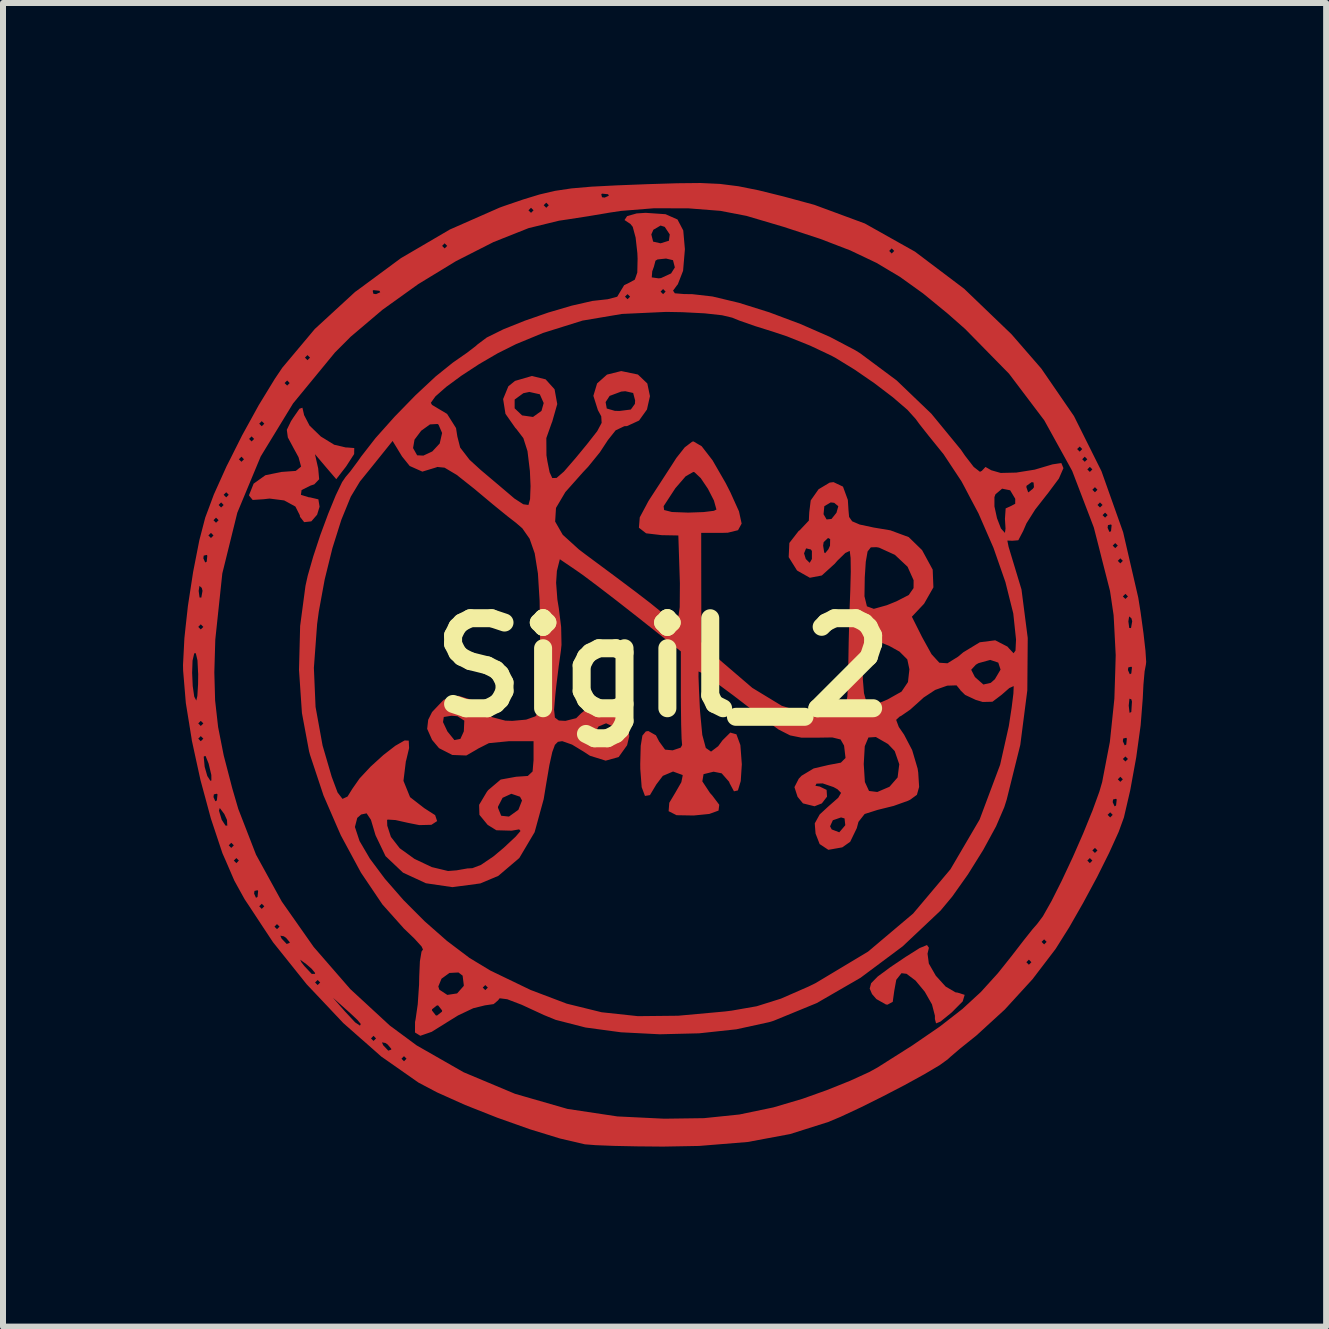
<source format=kicad_pcb>
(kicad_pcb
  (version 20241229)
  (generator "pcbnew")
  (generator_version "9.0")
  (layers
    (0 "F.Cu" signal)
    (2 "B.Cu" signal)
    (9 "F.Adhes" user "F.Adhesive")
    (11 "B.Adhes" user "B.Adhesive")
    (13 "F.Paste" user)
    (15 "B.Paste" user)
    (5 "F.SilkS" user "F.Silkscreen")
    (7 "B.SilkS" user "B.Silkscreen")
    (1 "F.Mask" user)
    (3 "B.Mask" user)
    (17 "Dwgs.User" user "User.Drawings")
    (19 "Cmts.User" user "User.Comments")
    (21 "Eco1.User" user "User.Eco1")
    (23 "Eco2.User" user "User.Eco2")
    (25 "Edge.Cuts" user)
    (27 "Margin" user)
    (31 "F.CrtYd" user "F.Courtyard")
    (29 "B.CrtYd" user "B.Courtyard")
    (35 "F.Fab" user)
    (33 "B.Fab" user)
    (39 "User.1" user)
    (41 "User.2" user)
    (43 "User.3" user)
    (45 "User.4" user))
  (footprint "Sigil_2"
    (layer "F.Cu")
    (at 8.001 8.075)
    (property "Reference" "Sigil_2" (at 0 0 0) (layer "F.SilkS") (effects (font (size 1.5 1.5) (thickness 0.3))))
    (attr board_only exclude_from_pos_files exclude_from_bom)
    (fp_poly (pts (xy 4.43 4.67) (xy 4.407 4.769) (xy 4.429 4.934) (xy 4.545 5.136) (xy 4.708 5.316) (xy 4.873 5.413) (xy 4.909 5.418) (xy 5.026 5.455) (xy 4.993 5.564) (xy 4.811 5.747) (xy 4.786 5.768) (xy 4.622 5.901) (xy 4.549 5.93) (xy 4.53 5.858) (xy 4.53 5.802) (xy 4.481 5.614) (xy 4.361 5.403) (xy 4.207 5.217) (xy 4.057 5.104) (xy 3.973 5.094) (xy 3.886 5.204) (xy 3.852 5.392) (xy 3.827 5.572) (xy 3.739 5.619) (xy 3.713 5.615) (xy 3.554 5.525) (xy 3.482 5.442) (xy 3.443 5.351) (xy 3.467 5.261) (xy 3.576 5.15) (xy 3.79 4.992) (xy 4.041 4.823) (xy 4.276 4.675) (xy 4.398 4.625)) (stroke (width 0) (type solid)) (fill yes) (layer "F.Cu"))
    (fp_poly (pts (xy -5.986 -4.222) (xy -5.985 -4.211) (xy -5.892 -4.032) (xy -5.704 -3.85) (xy -5.481 -3.713) (xy -5.285 -3.667) (xy -5.272 -3.668) (xy -5.147 -3.658) (xy -5.149 -3.558) (xy -5.279 -3.357) (xy -5.286 -3.347) (xy -5.447 -3.139) (xy -5.625 -3.347) (xy -5.802 -3.556) (xy -5.748 -3.318) (xy -5.732 -3.138) (xy -5.813 -3.053) (xy -5.874 -3.033) (xy -6.025 -2.958) (xy -6.036 -2.878) (xy -5.903 -2.837) (xy -5.884 -2.836) (xy -5.745 -2.803) (xy -5.725 -2.681) (xy -5.766 -2.547) (xy -5.863 -2.436) (xy -5.982 -2.423) (xy -6.052 -2.513) (xy -6.054 -2.537) (xy -6.128 -2.683) (xy -6.315 -2.785) (xy -6.559 -2.816) (xy -6.657 -2.805) (xy -6.84 -2.793) (xy -6.9 -2.866) (xy -6.9 -2.875) (xy -6.824 -3.065) (xy -6.628 -3.205) (xy -6.361 -3.26) (xy -6.358 -3.26) (xy -6.122 -3.277) (xy -6.033 -3.349) (xy -6.076 -3.506) (xy -6.151 -3.643) (xy -6.254 -3.835) (xy -6.271 -3.962) (xy -6.202 -4.105) (xy -6.165 -4.162) (xy -6.06 -4.313) (xy -6.011 -4.33)) (stroke (width 0) (type solid)) (fill yes) (layer "F.Cu"))
    (fp_poly (pts (xy 0.947 -8.06) (xy 1.256 -8.021) (xy 1.594 -7.953) (xy 2.006 -7.851) (xy 2.519 -7.712) (xy 3.361 -7.401) (xy 4.198 -6.931) (xy 5.018 -6.312) (xy 5.806 -5.555) (xy 6.303 -4.983) (xy 6.848 -4.19) (xy 7.306 -3.272) (xy 7.667 -2.255) (xy 7.919 -1.165) (xy 7.957 -0.928) (xy 8.006 -0.572) (xy 8.039 -0.281) (xy 8.051 -0.093) (xy 8.046 -0.047) (xy 8.025 0.062) (xy 8.005 0.287) (xy 7.994 0.513) (xy 7.959 0.961) (xy 7.885 1.497) (xy 7.785 2.046) (xy 7.68 2.498) (xy 7.592 2.74) (xy 7.435 3.086) (xy 7.232 3.493) (xy 7.002 3.92) (xy 6.769 4.328) (xy 6.552 4.673) (xy 6.539 4.693) (xy 6.156 5.195) (xy 5.695 5.699) (xy 5.223 6.131) (xy 5.161 6.181) (xy 4.949 6.351) (xy 4.785 6.491) (xy 4.742 6.531) (xy 4.606 6.629) (xy 4.354 6.778) (xy 4.025 6.959) (xy 3.657 7.15) (xy 3.289 7.333) (xy 2.957 7.488) (xy 2.752 7.574) (xy 2.117 7.775) (xy 1.41 7.907) (xy 0.6 7.973) (xy -0.000001 7.984) (xy -0.434 7.98) (xy -0.822 7.972) (xy -1.125 7.96) (xy -1.303 7.946) (xy -1.312 7.944) (xy -1.718 7.849) (xy -2.22 7.695) (xy -2.764 7.502) (xy -3.298 7.291) (xy -3.768 7.08) (xy -4.077 6.917) (xy -4.645 6.519) (xy -4.36 6.519) (xy -4.318 6.562) (xy -4.276 6.519) (xy -4.318 6.477) (xy -4.36 6.519) (xy -4.645 6.519) (xy -4.696 6.484) (xy -4.964 6.247) (xy -4.685 6.247) (xy -4.665 6.295) (xy -4.58 6.385) (xy -4.53 6.367) (xy -4.53 6.355) (xy -4.59 6.283) (xy -4.627 6.257) (xy -4.685 6.247) (xy -4.964 6.247) (xy -5.04 6.181) (xy -4.868 6.181) (xy -4.826 6.223) (xy -4.784 6.181) (xy -4.826 6.138) (xy -4.868 6.181) (xy -5.04 6.181) (xy -5.329 5.926) (xy -5.728 5.503) (xy -5.503 5.503) (xy -5.298 5.736) (xy -5.133 5.913) (xy -5.052 5.968) (xy -5.038 5.941) (xy -5.094 5.873) (xy -5.235 5.741) (xy -5.271 5.709) (xy -5.503 5.503) (xy -5.728 5.503) (xy -5.941 5.278) (xy -5.964 5.249) (xy -5.8 5.249) (xy -5.757 5.292) (xy -5.715 5.249) (xy -5.757 5.207) (xy -5.8 5.249) (xy -5.964 5.249) (xy -6.268 4.869) (xy -6.048 4.869) (xy -6.027 4.913) (xy -5.98 4.974) (xy -5.856 5.106) (xy -5.801 5.105) (xy -5.8 5.09) (xy -5.858 5.02) (xy -5.948 4.942) (xy -6.048 4.869) (xy -6.268 4.869) (xy -6.501 4.578) (xy -6.573 4.469) (xy -6.379 4.469) (xy -6.358 4.517) (xy -6.273 4.607) (xy -6.224 4.589) (xy -6.223 4.577) (xy -6.283 4.505) (xy -6.321 4.479) (xy -6.379 4.469) (xy -6.573 4.469) (xy -6.673 4.318) (xy -6.477 4.318) (xy -6.435 4.36) (xy -6.392 4.318) (xy -6.435 4.276) (xy -6.477 4.318) (xy -6.673 4.318) (xy -6.896 3.979) (xy -6.731 3.979) (xy -6.689 4.022) (xy -6.646 3.979) (xy -6.689 3.937) (xy -6.731 3.979) (xy -6.896 3.979) (xy -6.974 3.862) (xy -7.026 3.768) (xy -6.816 3.768) (xy -6.785 3.837) (xy -6.759 3.824) (xy -6.749 3.724) (xy -6.759 3.711) (xy -6.81 3.723) (xy -6.816 3.768) (xy -7.026 3.768) (xy -7.145 3.553) (xy -7.29 3.217) (xy -7.154 3.217) (xy -7.112 3.26) (xy -7.07 3.217) (xy -7.112 3.175) (xy -7.154 3.217) (xy -7.29 3.217) (xy -7.344 3.095) (xy -7.388 2.963) (xy -7.239 2.963) (xy -7.197 3.006) (xy -7.154 2.963) (xy -7.197 2.921) (xy -7.239 2.963) (xy -7.388 2.963) (xy -7.536 2.518) (xy -7.572 2.385) (xy -7.402 2.385) (xy -7.356 2.537) (xy -7.293 2.634) (xy -7.263 2.635) (xy -7.268 2.54) (xy -7.313 2.441) (xy -7.388 2.341) (xy -7.402 2.385) (xy -7.572 2.385) (xy -7.633 2.159) (xy -7.493 2.159) (xy -7.462 2.229) (xy -7.437 2.215) (xy -7.426 2.115) (xy -7.437 2.103) (xy -7.487 2.114) (xy -7.493 2.159) (xy -7.633 2.159) (xy -7.71 1.875) (xy -7.793 1.496) (xy -7.655 1.496) (xy -7.64 1.655) (xy -7.596 1.808) (xy -7.545 1.887) (xy -7.528 1.883) (xy -7.529 1.791) (xy -7.572 1.609) (xy -7.573 1.604) (xy -7.625 1.474) (xy -7.654 1.481) (xy -7.655 1.496) (xy -7.793 1.496) (xy -7.854 1.215) (xy -7.858 1.185) (xy -7.747 1.185) (xy -7.705 1.228) (xy -7.662 1.185) (xy -7.705 1.143) (xy -7.747 1.185) (xy -7.858 1.185) (xy -7.899 0.931) (xy -7.747 0.931) (xy -7.705 0.974) (xy -7.662 0.931) (xy -7.705 0.889) (xy -7.747 0.931) (xy -7.899 0.931) (xy -7.954 0.591) (xy -7.996 0.088) (xy -7.849 0.088) (xy -7.839 0.309) (xy -7.814 0.484) (xy -7.78 0.55) (xy -7.762 0.474) (xy -7.75 0.278) (xy -7.748 0.106) (xy -7.75 0.08) (xy -7.479 0.08) (xy -7.466 0.548) (xy -7.416 0.992) (xy -7.323 1.463) (xy -7.18 2.013) (xy -7.08 2.356) (xy -6.784 3.119) (xy -6.356 3.898) (xy -5.823 4.657) (xy -5.213 5.359) (xy -4.554 5.967) (xy -4.106 6.298) (xy -3.324 6.745) (xy -2.468 7.104) (xy -1.593 7.356) (xy -0.762 7.481) (xy 0.018 7.519) (xy 0.68 7.51) (xy 1.271 7.449) (xy 1.837 7.331) (xy 2.321 7.188) (xy 2.728 7.043) (xy 3.117 6.887) (xy 3.434 6.742) (xy 3.574 6.665) (xy 4.155 6.297) (xy 4.615 5.981) (xy 4.986 5.692) (xy 5.297 5.406) (xy 5.578 5.096) (xy 5.726 4.911) (xy 6.054 4.911) (xy 6.096 4.953) (xy 6.138 4.911) (xy 6.096 4.868) (xy 6.054 4.911) (xy 5.726 4.911) (xy 5.821 4.791) (xy 5.99 4.572) (xy 6.308 4.572) (xy 6.35 4.614) (xy 6.392 4.572) (xy 6.35 4.53) (xy 6.308 4.572) (xy 5.99 4.572) (xy 6.007 4.55) (xy 6.154 4.365) (xy 6.231 4.277) (xy 6.232 4.276) (xy 6.33 4.145) (xy 6.473 3.892) (xy 6.643 3.554) (xy 6.801 3.217) (xy 7.07 3.217) (xy 7.112 3.26) (xy 7.154 3.217) (xy 7.112 3.175) (xy 7.07 3.217) (xy 6.801 3.217) (xy 6.825 3.166) (xy 6.877 3.048) (xy 7.154 3.048) (xy 7.197 3.09) (xy 7.239 3.048) (xy 7.197 3.006) (xy 7.154 3.048) (xy 6.877 3.048) (xy 7.001 2.765) (xy 7.127 2.455) (xy 7.408 2.455) (xy 7.451 2.498) (xy 7.493 2.455) (xy 7.451 2.413) (xy 7.408 2.455) (xy 7.127 2.455) (xy 7.155 2.387) (xy 7.207 2.244) (xy 7.493 2.244) (xy 7.524 2.313) (xy 7.549 2.3) (xy 7.56 2.2) (xy 7.549 2.187) (xy 7.499 2.199) (xy 7.493 2.244) (xy 7.207 2.244) (xy 7.271 2.068) (xy 7.317 1.91) (xy 7.326 1.863) (xy 7.578 1.863) (xy 7.62 1.905) (xy 7.662 1.863) (xy 7.62 1.82) (xy 7.578 1.863) (xy 7.326 1.863) (xy 7.391 1.524) (xy 7.662 1.524) (xy 7.705 1.566) (xy 7.747 1.524) (xy 7.705 1.482) (xy 7.662 1.524) (xy 7.391 1.524) (xy 7.445 1.243) (xy 7.447 1.228) (xy 7.662 1.228) (xy 7.693 1.297) (xy 7.719 1.284) (xy 7.729 1.184) (xy 7.719 1.171) (xy 7.668 1.183) (xy 7.662 1.228) (xy 7.447 1.228) (xy 7.509 0.635) (xy 7.76 0.635) (xy 7.774 0.755) (xy 7.803 0.741) (xy 7.814 0.567) (xy 7.803 0.529) (xy 7.772 0.519) (xy 7.76 0.635) (xy 7.509 0.635) (xy 7.521 0.518) (xy 7.536 0.042) (xy 7.747 0.042) (xy 7.778 0.112) (xy 7.803 0.099) (xy 7.814 -0.002) (xy 7.803 -0.014) (xy 7.753 -0.002) (xy 7.747 0.042) (xy 7.536 0.042) (xy 7.543 -0.207) (xy 7.514 -0.769) (xy 7.754 -0.769) (xy 7.769 -0.659) (xy 7.798 -0.658) (xy 7.818 -0.771) (xy 7.805 -0.82) (xy 7.767 -0.852) (xy 7.754 -0.769) (xy 7.514 -0.769) (xy 7.508 -0.873) (xy 7.462 -1.185) (xy 7.662 -1.185) (xy 7.705 -1.143) (xy 7.747 -1.185) (xy 7.705 -1.228) (xy 7.662 -1.185) (xy 7.462 -1.185) (xy 7.448 -1.277) (xy 7.32 -1.778) (xy 7.578 -1.778) (xy 7.62 -1.736) (xy 7.662 -1.778) (xy 7.62 -1.82) (xy 7.578 -1.778) (xy 7.32 -1.778) (xy 7.256 -2.032) (xy 7.493 -2.032) (xy 7.535 -1.99) (xy 7.578 -2.032) (xy 7.535 -2.074) (xy 7.493 -2.032) (xy 7.256 -2.032) (xy 7.18 -2.328) (xy 7.408 -2.328) (xy 7.439 -2.259) (xy 7.465 -2.272) (xy 7.475 -2.372) (xy 7.465 -2.385) (xy 7.414 -2.373) (xy 7.408 -2.328) (xy 7.18 -2.328) (xy 7.177 -2.338) (xy 7.1 -2.54) (xy 7.324 -2.54) (xy 7.366 -2.498) (xy 7.408 -2.54) (xy 7.366 -2.582) (xy 7.324 -2.54) (xy 7.1 -2.54) (xy 7.035 -2.709) (xy 7.239 -2.709) (xy 7.281 -2.667) (xy 7.324 -2.709) (xy 7.281 -2.752) (xy 7.239 -2.709) (xy 7.035 -2.709) (xy 6.938 -2.963) (xy 7.154 -2.963) (xy 7.197 -2.921) (xy 7.239 -2.963) (xy 7.197 -3.006) (xy 7.154 -2.963) (xy 6.938 -2.963) (xy 6.818 -3.276) (xy 6.804 -3.302) (xy 7.07 -3.302) (xy 7.112 -3.26) (xy 7.154 -3.302) (xy 7.112 -3.344) (xy 7.07 -3.302) (xy 6.804 -3.302) (xy 6.711 -3.471) (xy 6.985 -3.471) (xy 7.027 -3.429) (xy 7.07 -3.471) (xy 7.027 -3.514) (xy 6.985 -3.471) (xy 6.711 -3.471) (xy 6.617 -3.641) (xy 6.9 -3.641) (xy 6.943 -3.598) (xy 6.985 -3.641) (xy 6.943 -3.683) (xy 6.9 -3.641) (xy 6.617 -3.641) (xy 6.353 -4.119) (xy 5.765 -4.897) (xy 5.035 -5.641) (xy 4.741 -5.9) (xy 4.332 -6.235) (xy 3.947 -6.511) (xy 3.556 -6.744) (xy 3.138 -6.943) (xy 3.768 -6.943) (xy 3.81 -6.9) (xy 3.852 -6.943) (xy 3.81 -6.985) (xy 3.768 -6.943) (xy 3.138 -6.943) (xy 3.124 -6.95) (xy 2.619 -7.144) (xy 2.009 -7.344) (xy 1.39 -7.527) (xy 0.955 -7.611) (xy 0.42 -7.653) (xy -0.154 -7.654) (xy -0.702 -7.61) (xy -0.895 -7.581) (xy -1.244 -7.522) (xy -1.599 -7.467) (xy -1.734 -7.447) (xy -2.242 -7.323) (xy -2.826 -7.091) (xy -3.45 -6.774) (xy -4.079 -6.391) (xy -4.676 -5.963) (xy -5.208 -5.512) (xy -5.47 -5.249) (xy -6.167 -4.401) (xy -6.706 -3.518) (xy -7.096 -2.58) (xy -7.346 -1.568) (xy -7.463 -0.466) (xy -7.479 0.08) (xy -7.75 0.08) (xy -7.76 -0.121) (xy -7.788 -0.239) (xy -7.814 -0.237) (xy -7.842 -0.115) (xy -7.849 0.088) (xy -7.996 0.088) (xy -7.999 0.053) (xy -8.001 -0.042) (xy -7.978 -0.488) (xy -7.958 -0.677) (xy -7.747 -0.677) (xy -7.705 -0.635) (xy -7.662 -0.677) (xy -7.705 -0.72) (xy -7.747 -0.677) (xy -7.958 -0.677) (xy -7.919 -1.029) (xy -7.881 -1.277) (xy -7.74 -1.277) (xy -7.725 -1.167) (xy -7.696 -1.166) (xy -7.676 -1.279) (xy -7.689 -1.328) (xy -7.727 -1.36) (xy -7.74 -1.277) (xy -7.881 -1.277) (xy -7.832 -1.596) (xy -7.788 -1.82) (xy -7.662 -1.82) (xy -7.631 -1.751) (xy -7.606 -1.764) (xy -7.596 -1.864) (xy -7.606 -1.877) (xy -7.656 -1.865) (xy -7.662 -1.82) (xy -7.788 -1.82) (xy -7.729 -2.121) (xy -7.708 -2.201) (xy -7.578 -2.201) (xy -7.535 -2.159) (xy -7.493 -2.201) (xy -7.535 -2.244) (xy -7.578 -2.201) (xy -7.708 -2.201) (xy -7.642 -2.455) (xy -7.493 -2.455) (xy -7.451 -2.413) (xy -7.408 -2.455) (xy -7.451 -2.498) (xy -7.493 -2.455) (xy -7.642 -2.455) (xy -7.631 -2.498) (xy -7.552 -2.709) (xy -7.408 -2.709) (xy -7.366 -2.667) (xy -7.324 -2.709) (xy -7.366 -2.752) (xy -7.408 -2.709) (xy -7.552 -2.709) (xy -7.489 -2.879) (xy -7.324 -2.879) (xy -7.281 -2.836) (xy -7.239 -2.879) (xy -7.281 -2.921) (xy -7.324 -2.879) (xy -7.489 -2.879) (xy -7.488 -2.882) (xy -7.275 -3.355) (xy -7.216 -3.471) (xy -7.07 -3.471) (xy -7.027 -3.429) (xy -6.985 -3.471) (xy -7.027 -3.514) (xy -7.07 -3.471) (xy -7.216 -3.471) (xy -7.046 -3.81) (xy -6.9 -3.81) (xy -6.858 -3.768) (xy -6.816 -3.81) (xy -6.858 -3.852) (xy -6.9 -3.81) (xy -7.046 -3.81) (xy -7.017 -3.868) (xy -6.909 -4.064) (xy -6.731 -4.064) (xy -6.689 -4.022) (xy -6.646 -4.064) (xy -6.689 -4.106) (xy -6.731 -4.064) (xy -6.909 -4.064) (xy -6.74 -4.371) (xy -6.514 -4.741) (xy -6.308 -4.741) (xy -6.265 -4.699) (xy -6.223 -4.741) (xy -6.265 -4.784) (xy -6.308 -4.741) (xy -6.514 -4.741) (xy -6.47 -4.813) (xy -6.346 -4.997) (xy -6.205 -5.165) (xy -5.969 -5.165) (xy -5.927 -5.122) (xy -5.884 -5.165) (xy -5.927 -5.207) (xy -5.969 -5.165) (xy -6.205 -5.165) (xy -5.804 -5.643) (xy -5.132 -6.261) (xy -5.106 -6.279) (xy -4.84 -6.279) (xy -4.828 -6.229) (xy -4.784 -6.223) (xy -4.714 -6.254) (xy -4.727 -6.279) (xy -4.828 -6.29) (xy -4.84 -6.279) (xy -5.106 -6.279) (xy -4.369 -6.823) (xy -4.02 -7.027) (xy -3.683 -7.027) (xy -3.641 -6.985) (xy -3.598 -7.027) (xy -3.641 -7.07) (xy -3.683 -7.027) (xy -4.02 -7.027) (xy -3.554 -7.3) (xy -2.827 -7.62) (xy -2.244 -7.62) (xy -2.201 -7.578) (xy -2.159 -7.62) (xy -2.201 -7.662) (xy -2.244 -7.62) (xy -2.827 -7.62) (xy -2.727 -7.664) (xy -2.667 -7.686) (xy -2.612 -7.705) (xy -1.99 -7.705) (xy -1.947 -7.662) (xy -1.905 -7.705) (xy -1.947 -7.747) (xy -1.99 -7.705) (xy -2.612 -7.705) (xy -2.334 -7.8) (xy -2.059 -7.884) (xy -2.042 -7.888) (xy -1.03 -7.888) (xy -1.018 -7.838) (xy -0.974 -7.832) (xy -0.904 -7.863) (xy -0.917 -7.888) (xy -1.018 -7.898) (xy -1.03 -7.888) (xy -2.042 -7.888) (xy -1.803 -7.944) (xy -1.528 -7.985) (xy -1.196 -8.014) (xy -0.768 -8.036) (xy -0.254 -8.056) (xy 0.237 -8.071) (xy 0.623 -8.075)) (stroke (width 0) (type solid)) (fill yes) (layer "F.Cu"))
    (fp_poly (pts (xy 0.041 -7.555) (xy 0.24 -7.467) (xy 0.336 -7.284) (xy 0.363 -6.976) (xy 0.363 -6.966) (xy 0.333 -6.612) (xy 0.245 -6.386) (xy 0.232 -6.371) (xy 0.166 -6.281) (xy 0.196 -6.237) (xy 0.354 -6.224) (xy 0.483 -6.223) (xy 0.823 -6.184) (xy 1.266 -6.078) (xy 1.77 -5.92) (xy 2.29 -5.725) (xy 2.781 -5.51) (xy 3.201 -5.289) (xy 3.285 -5.237) (xy 3.891 -4.786) (xy 4.471 -4.23) (xy 4.964 -3.63) (xy 5.031 -3.532) (xy 5.177 -3.343) (xy 5.281 -3.262) (xy 5.312 -3.278) (xy 5.373 -3.343) (xy 5.469 -3.288) (xy 5.626 -3.243) (xy 5.886 -3.249) (xy 6.193 -3.298) (xy 6.49 -3.386) (xy 6.637 -3.408) (xy 6.672 -3.323) (xy 6.596 -3.149) (xy 6.412 -2.902) (xy 6.394 -2.88) (xy 6.201 -2.633) (xy 6.056 -2.403) (xy 6.001 -2.276) (xy 5.92 -2.121) (xy 5.822 -2.113) (xy 5.737 -2.116) (xy 5.758 -2.012) (xy 5.973 -1.301) (xy 6.077 -0.493) (xy 6.07 0.38) (xy 5.953 1.289) (xy 5.726 2.202) (xy 5.686 2.328) (xy 5.549 2.647) (xy 5.336 3.038) (xy 5.081 3.447) (xy 4.818 3.818) (xy 4.623 4.052) (xy 3.992 4.647) (xy 3.291 5.17) (xy 2.561 5.592) (xy 1.845 5.886) (xy 1.767 5.91) (xy 1.222 6.029) (xy 0.6 6.096) (xy -0.056 6.112) (xy -0.702 6.079) (xy -1.294 5.999) (xy -1.789 5.872) (xy -1.985 5.792) (xy -2.357 5.62) (xy -2.598 5.528) (xy -2.724 5.512) (xy -2.752 5.548) (xy -2.824 5.609) (xy -2.969 5.63) (xy -3.164 5.678) (xy -3.417 5.798) (xy -3.556 5.884) (xy -3.856 6.071) (xy -4.046 6.137) (xy -4.135 6.082) (xy -4.134 5.907) (xy -4.125 5.863) (xy -4.104 5.715) (xy -3.852 5.715) (xy -3.788 5.797) (xy -3.768 5.8) (xy -3.685 5.735) (xy -3.683 5.715) (xy -3.747 5.633) (xy -3.768 5.63) (xy -3.85 5.695) (xy -3.852 5.715) (xy -4.104 5.715) (xy -4.089 5.612) (xy -4.069 5.315) (xy -3.746 5.315) (xy -3.73 5.368) (xy -3.596 5.456) (xy -3.433 5.431) (xy -3.347 5.334) (xy -3.006 5.334) (xy -2.963 5.376) (xy -2.921 5.334) (xy -2.963 5.292) (xy -3.006 5.334) (xy -3.347 5.334) (xy -3.324 5.308) (xy -3.321 5.297) (xy -3.341 5.135) (xy -3.411 5.082) (xy -3.561 5.09) (xy -3.693 5.186) (xy -3.746 5.315) (xy -4.069 5.315) (xy -4.067 5.291) (xy -4.064 5.143) (xy -4.053 4.895) (xy -4.026 4.734) (xy -4.002 4.699) (xy -4.026 4.648) (xy -4.148 4.514) (xy -4.319 4.35) (xy -4.678 3.948) (xy -5.036 3.417) (xy -5.37 2.798) (xy -5.432 2.657) (xy -5.136 2.657) (xy -5.059 2.891) (xy -4.886 3.186) (xy -4.636 3.521) (xy -4.326 3.876) (xy -3.975 4.228) (xy -3.602 4.556) (xy -3.226 4.84) (xy -2.879 5.05) (xy -2.209 5.373) (xy -1.605 5.602) (xy -1.024 5.745) (xy -0.42 5.81) (xy 0.25 5.803) (xy 1.03 5.732) (xy 1.143 5.718) (xy 1.56 5.645) (xy 1.964 5.518) (xy 2.421 5.318) (xy 2.54 5.26) (xy 3.415 4.735) (xy 4.167 4.1) (xy 4.789 3.362) (xy 5.275 2.533) (xy 5.617 1.62) (xy 5.762 0.974) (xy 5.809 0.667) (xy 5.838 0.434) (xy 5.843 0.316) (xy 5.841 0.31) (xy 5.77 0.342) (xy 5.641 0.455) (xy 5.489 0.57) (xy 5.327 0.574) (xy 5.21 0.539) (xy 5.033 0.456) (xy 4.953 0.377) (xy 4.953 0.373) (xy 4.89 0.297) (xy 4.735 0.302) (xy 4.535 0.373) (xy 4.342 0.5) (xy 4.303 0.536) (xy 4.119 0.701) (xy 3.967 0.806) (xy 3.943 0.817) (xy 3.884 0.872) (xy 3.928 0.99) (xy 4.016 1.118) (xy 4.151 1.376) (xy 4.242 1.684) (xy 4.252 1.751) (xy 4.267 1.99) (xy 4.23 2.121) (xy 4.118 2.203) (xy 4.081 2.221) (xy 3.843 2.306) (xy 3.573 2.373) (xy 3.359 2.441) (xy 3.256 2.572) (xy 3.228 2.677) (xy 3.118 2.904) (xy 2.986 2.997) (xy 2.754 3.038) (xy 2.609 2.942) (xy 2.541 2.767) (xy 2.531 2.646) (xy 2.783 2.646) (xy 2.81 2.698) (xy 2.936 2.746) (xy 3.034 2.631) (xy 3.036 2.625) (xy 3.024 2.515) (xy 2.966 2.498) (xy 2.829 2.545) (xy 2.783 2.646) (xy 2.531 2.646) (xy 2.528 2.596) (xy 2.61 2.448) (xy 2.754 2.315) (xy 2.919 2.17) (xy 2.966 2.089) (xy 2.907 2.029) (xy 2.84 1.992) (xy 2.66 1.931) (xy 2.556 1.935) (xy 2.538 1.971) (xy 2.61 1.983) (xy 2.725 2.039) (xy 2.732 2.152) (xy 2.646 2.264) (xy 2.524 2.312) (xy 2.331 2.264) (xy 2.241 2.154) (xy 2.189 1.993) (xy 2.26 1.854) (xy 2.308 1.803) (xy 2.509 1.682) (xy 2.761 1.623) (xy 2.761 1.623) (xy 2.837 1.609) (xy 3.344 1.609) (xy 3.363 1.908) (xy 3.432 2.057) (xy 3.57 2.074) (xy 3.773 1.987) (xy 3.908 1.832) (xy 3.936 1.612) (xy 3.86 1.392) (xy 3.749 1.275) (xy 3.546 1.158) (xy 3.422 1.166) (xy 3.361 1.312) (xy 3.344 1.609) (xy 2.837 1.609) (xy 2.963 1.585) (xy 3.04 1.507) (xy 3.04 1.503) (xy 3.016 1.301) (xy 2.958 1.199) (xy 2.82 1.165) (xy 2.559 1.169) (xy 2.555 1.169) (xy 2.307 1.169) (xy 2.117 1.131) (xy 1.926 1.034) (xy 1.678 0.854) (xy 1.613 0.804) (xy 1.18 0.472) (xy 0.862 0.236) (xy 0.664 0.099) (xy 0.591 0.065) (xy 0.59 0.153) (xy 0.598 0.367) (xy 0.612 0.666) (xy 0.617 0.741) (xy 0.653 1.122) (xy 0.712 1.34) (xy 0.799 1.401) (xy 0.918 1.311) (xy 0.99 1.213) (xy 1.12 1.084) (xy 1.222 1.113) (xy 1.288 1.292) (xy 1.312 1.611) (xy 1.312 1.614) (xy 1.294 1.893) (xy 1.247 2.048) (xy 1.181 2.063) (xy 1.107 1.925) (xy 1.101 1.905) (xy 0.976 1.763) (xy 0.841 1.736) (xy 0.674 1.777) (xy 0.654 1.897) (xy 0.782 2.091) (xy 0.819 2.132) (xy 0.936 2.287) (xy 0.924 2.384) (xy 0.77 2.44) (xy 0.509 2.466) (xy 0.224 2.461) (xy 0.092 2.394) (xy 0.103 2.254) (xy 0.204 2.085) (xy 0.304 1.911) (xy 0.327 1.798) (xy 0.322 1.79) (xy 0.166 1.733) (xy -0.004 1.805) (xy -0.112 1.947) (xy -0.219 2.126) (xy -0.302 2.14) (xy -0.357 1.994) (xy -0.38 1.691) (xy -0.381 1.609) (xy -0.373 1.304) (xy -0.345 1.134) (xy -0.288 1.065) (xy -0.246 1.058) (xy -0.119 1.13) (xy -0.066 1.232) (xy 0.033 1.368) (xy 0.159 1.38) (xy 0.293 1.335) (xy 0.317 1.291) (xy 0.308 1.183) (xy 0.301 0.948) (xy 0.297 0.629) (xy 0.296 0.479) (xy 0.296 -0.269) (xy -0.438 -0.851) (xy -0.769 -1.11) (xy -1.08 -1.349) (xy -1.329 -1.536) (xy -1.447 -1.619) (xy -1.721 -1.805) (xy -1.77 -1.61) (xy -1.783 -1.413) (xy -1.762 -1.134) (xy -1.738 -0.988) (xy -1.699 -0.675) (xy -1.693 -0.38) (xy -1.703 -0.281) (xy -1.739 -0.026) (xy -1.779 0.297) (xy -1.795 0.444) (xy -1.817 0.702) (xy -1.803 0.834) (xy -1.738 0.883) (xy -1.628 0.889) (xy -1.448 0.844) (xy -1.366 0.762) (xy -1.244 0.666) (xy -1.017 0.635) (xy -0.749 0.701) (xy -0.592 0.88) (xy -0.564 1.146) (xy -0.6 1.295) (xy -0.741 1.492) (xy -0.957 1.552) (xy -1.219 1.47) (xy -1.32 1.404) (xy -1.518 1.284) (xy -1.678 1.228) (xy -1.688 1.228) (xy -1.753 1.238) (xy -1.803 1.289) (xy -1.847 1.409) (xy -1.895 1.626) (xy -1.953 1.967) (xy -1.99 2.193) (xy -2.141 2.744) (xy -2.396 3.174) (xy -2.746 3.472) (xy -3.046 3.598) (xy -3.512 3.66) (xy -3.953 3.595) (xy -4.335 3.418) (xy -4.626 3.143) (xy -4.793 2.794) (xy -4.869 2.538) (xy -4.941 2.43) (xy -5.032 2.449) (xy -5.097 2.506) (xy -5.136 2.657) (xy -5.432 2.657) (xy -5.66 2.131) (xy -5.884 1.456) (xy -5.9 1.397) (xy -6.019 0.759) (xy -6.068 0.038) (xy -6.067 0.006) (xy -5.82 0.006) (xy -5.792 0.656) (xy -5.675 1.299) (xy -5.523 1.82) (xy -5.425 2.082) (xy -5.343 2.189) (xy -5.259 2.15) (xy -5.179 2.021) (xy -5.058 1.848) (xy -4.874 1.651) (xy -4.663 1.459) (xy -4.463 1.304) (xy -4.308 1.215) (xy -4.239 1.218) (xy -4.233 1.342) (xy -4.281 1.544) (xy -4.287 1.563) (xy -4.327 1.888) (xy -4.217 2.16) (xy -3.981 2.343) (xy -3.799 2.46) (xy -3.766 2.559) (xy -3.861 2.621) (xy -4.063 2.626) (xy -4.249 2.589) (xy -4.459 2.542) (xy -4.588 2.534) (xy -4.6 2.54) (xy -4.597 2.635) (xy -4.539 2.814) (xy -4.535 2.824) (xy -4.389 3.012) (xy -4.142 3.19) (xy -3.854 3.326) (xy -3.584 3.391) (xy -3.443 3.38) (xy -3.26 3.348) (xy -3.179 3.344) (xy -3.037 3.29) (xy -2.829 3.149) (xy -2.657 3.005) (xy -2.458 2.819) (xy -2.376 2.724) (xy -2.399 2.697) (xy -2.519 2.718) (xy -2.522 2.719) (xy -2.779 2.712) (xy -2.924 2.622) (xy -3.061 2.455) (xy -3.065 2.337) (xy -2.752 2.337) (xy -2.698 2.47) (xy -2.569 2.484) (xy -2.416 2.374) (xy -2.41 2.367) (xy -2.351 2.216) (xy -2.385 2.153) (xy -2.529 2.104) (xy -2.675 2.171) (xy -2.751 2.318) (xy -2.752 2.337) (xy -3.065 2.337) (xy -3.066 2.288) (xy -2.938 2.073) (xy -2.915 2.043) (xy -2.707 1.867) (xy -2.449 1.82) (xy -2.255 1.807) (xy -2.175 1.732) (xy -2.159 1.543) (xy -2.159 1.524) (xy -2.159 1.228) (xy -2.572 1.228) (xy -2.903 1.26) (xy -3.09 1.355) (xy -3.094 1.359) (xy -3.279 1.466) (xy -3.513 1.457) (xy -3.734 1.344) (xy -3.85 1.206) (xy -3.932 1.022) (xy -3.919 0.909) (xy -3.668 0.909) (xy -3.595 1.064) (xy -3.478 1.209) (xy -3.378 1.189) (xy -3.342 1.11) (xy -1.143 1.11) (xy -1.082 1.208) (xy -0.953 1.22) (xy -0.847 1.143) (xy -0.833 1.003) (xy -0.844 0.977) (xy -0.95 0.929) (xy -1.076 0.982) (xy -1.143 1.099) (xy -1.143 1.11) (xy -3.342 1.11) (xy -3.321 1.063) (xy -3.313 0.885) (xy -3.428 0.811) (xy -3.528 0.804) (xy -3.655 0.824) (xy -3.668 0.909) (xy -3.919 0.909) (xy -3.915 0.871) (xy -3.85 0.741) (xy -3.656 0.537) (xy -3.409 0.471) (xy -3.161 0.548) (xy -3.024 0.673) (xy -2.855 0.826) (xy -2.629 0.885) (xy -2.512 0.889) (xy -2.282 0.868) (xy -2.13 0.814) (xy -2.111 0.795) (xy -2.09 0.68) (xy -2.072 0.429) (xy -2.059 0.075) (xy -2.051 -0.349) (xy -2.051 -0.511) (xy -2.058 -1.111) (xy -2.086 -1.567) (xy -2.14 -1.904) (xy -2.225 -2.147) (xy -2.346 -2.32) (xy -2.451 -2.411) (xy -2.598 -2.525) (xy -2.828 -2.712) (xy -3.096 -2.936) (xy -3.141 -2.974) (xy -3.44 -3.211) (xy -3.642 -3.331) (xy -3.765 -3.343) (xy -3.776 -3.337) (xy -4.012 -3.265) (xy -4.223 -3.359) (xy -4.351 -3.518) (xy -4.436 -3.658) (xy -4.167 -3.658) (xy -4.165 -3.654) (xy -4.099 -3.537) (xy -3.995 -3.532) (xy -3.847 -3.601) (xy -3.723 -3.734) (xy -3.683 -3.909) (xy -3.743 -4.048) (xy -3.759 -4.059) (xy -3.885 -4.052) (xy -4.031 -3.947) (xy -4.143 -3.798) (xy -4.167 -3.658) (xy -4.436 -3.658) (xy -4.508 -3.776) (xy -4.732 -3.497) (xy -4.897 -3.292) (xy -5.029 -3.129) (xy -5.052 -3.101) (xy -5.205 -2.847) (xy -5.362 -2.463) (xy -5.511 -1.99) (xy -5.64 -1.467) (xy -5.738 -0.933) (xy -5.766 -0.725) (xy -5.82 0.006) (xy -6.067 0.006) (xy -6.049 -0.693) (xy -5.96 -1.362) (xy -5.923 -1.529) (xy -5.831 -1.85) (xy -5.713 -2.208) (xy -5.582 -2.561) (xy -5.456 -2.869) (xy -5.35 -3.09) (xy -5.292 -3.175) (xy -5.215 -3.266) (xy -5.085 -3.441) (xy -5.034 -3.514) (xy -4.792 -3.825) (xy -4.475 -4.18) (xy -4.249 -4.412) (xy -3.871 -4.412) (xy -3.851 -4.377) (xy -3.6 -4.227) (xy -3.451 -3.991) (xy -3.429 -3.851) (xy -3.382 -3.666) (xy -3.225 -3.462) (xy -3.04 -3.293) (xy -2.796 -3.087) (xy -2.581 -2.905) (xy -2.478 -2.817) (xy -2.33 -2.721) (xy -2.244 -2.709) (xy -2.217 -2.807) (xy -2.209 -3.024) (xy -2.22 -3.277) (xy -2.26 -3.607) (xy -2.329 -3.823) (xy -2.448 -3.979) (xy -2.463 -3.994) (xy -2.627 -4.228) (xy -2.665 -4.466) (xy -2.474 -4.466) (xy -2.474 -4.32) (xy -2.35 -4.202) (xy -2.168 -4.176) (xy -2.027 -4.277) (xy -1.99 -4.408) (xy -2.055 -4.554) (xy -2.229 -4.593) (xy -2.329 -4.572) (xy -2.474 -4.466) (xy -2.665 -4.466) (xy -2.666 -4.475) (xy -2.579 -4.687) (xy -2.468 -4.777) (xy -2.186 -4.859) (xy -1.958 -4.803) (xy -1.809 -4.638) (xy -1.764 -4.391) (xy -1.849 -4.093) (xy -1.856 -4.078) (xy -1.946 -3.824) (xy -1.944 -3.537) (xy -1.928 -3.436) (xy -1.891 -3.253) (xy -1.847 -3.158) (xy -1.775 -3.16) (xy -1.652 -3.267) (xy -1.459 -3.49) (xy -1.268 -3.722) (xy -1.098 -3.939) (xy -1.024 -4.078) (xy -1.031 -4.187) (xy -1.087 -4.291) (xy -1.129 -4.424) (xy -0.958 -4.424) (xy -0.939 -4.317) (xy -0.804 -4.278) (xy -0.726 -4.276) (xy -0.538 -4.3) (xy -0.47 -4.394) (xy -0.466 -4.451) (xy -0.499 -4.576) (xy -0.63 -4.605) (xy -0.698 -4.599) (xy -0.891 -4.527) (xy -0.958 -4.424) (xy -1.129 -4.424) (xy -1.162 -4.528) (xy -1.1 -4.735) (xy -0.935 -4.882) (xy -0.698 -4.941) (xy -0.423 -4.884) (xy -0.417 -4.881) (xy -0.263 -4.734) (xy -0.219 -4.523) (xy -0.269 -4.3) (xy -0.401 -4.116) (xy -0.601 -4.024) (xy -0.646 -4.022) (xy -0.791 -3.953) (xy -0.921 -3.789) (xy -1.055 -3.585) (xy -1.25 -3.345) (xy -1.335 -3.255) (xy -1.629 -2.924) (xy -1.785 -2.66) (xy -1.799 -2.433) (xy -1.673 -2.213) (xy -1.403 -1.968) (xy -1.291 -1.883) (xy -0.819 -1.533) (xy -0.467 -1.269) (xy -0.218 -1.078) (xy -0.055 -0.946) (xy 0.041 -0.859) (xy 0.082 -0.809) (xy 0.178 -0.71) (xy 0.244 -0.775) (xy 0.277 -1.006) (xy 0.28 -1.404) (xy 0.278 -1.461) (xy 0.254 -2.201) (xy -0.022 -2.206) (xy -0.283 -2.237) (xy -0.403 -2.33) (xy -0.389 -2.503) (xy -0.29 -2.688) (xy 0.009 -2.688) (xy 0.017 -2.625) (xy 0.147 -2.592) (xy 0.418 -2.582) (xy 0.675 -2.591) (xy 0.846 -2.612) (xy 0.889 -2.633) (xy 0.847 -2.784) (xy 0.747 -2.979) (xy 0.627 -3.157) (xy 0.523 -3.255) (xy 0.504 -3.26) (xy 0.376 -3.187) (xy 0.204 -2.988) (xy 0.01 -2.691) (xy 0.009 -2.688) (xy -0.29 -2.688) (xy -0.245 -2.773) (xy -0.222 -2.809) (xy -0.036 -3.095) (xy 0.143 -3.371) (xy 0.221 -3.493) (xy 0.361 -3.67) (xy 0.485 -3.764) (xy 0.507 -3.768) (xy 0.643 -3.688) (xy 0.824 -3.454) (xy 1.043 -3.074) (xy 1.121 -2.921) (xy 1.265 -2.602) (xy 1.309 -2.399) (xy 1.249 -2.289) (xy 1.079 -2.247) (xy 0.974 -2.244) (xy 0.635 -2.244) (xy 0.636 -1.334) (xy 0.638 -0.423) (xy 0.954 -0.118) (xy 1.487 0.339) (xy 1.977 0.637) (xy 2.429 0.778) (xy 2.848 0.764) (xy 2.894 0.752) (xy 2.986 0.714) (xy 3.042 0.635) (xy 3.071 0.479) (xy 3.083 0.21) (xy 3.086 0.013) (xy 3.087 -0.072) (xy 3.329 -0.072) (xy 3.329 0.198) (xy 3.348 0.427) (xy 3.378 0.536) (xy 3.435 0.613) (xy 3.51 0.623) (xy 3.66 0.567) (xy 3.743 0.531) (xy 3.974 0.401) (xy 4.081 0.242) (xy 4.104 0.037) (xy 5.135 0.037) (xy 5.194 0.153) (xy 5.202 0.163) (xy 5.338 0.283) (xy 5.461 0.255) (xy 5.529 0.195) (xy 5.624 0.034) (xy 5.586 -0.082) (xy 5.452 -0.127) (xy 5.256 -0.073) (xy 5.212 -0.047) (xy 5.135 0.037) (xy 4.104 0.037) (xy 4.105 0.03) (xy 4.07 -0.135) (xy 3.939 -0.266) (xy 3.766 -0.362) (xy 3.554 -0.448) (xy 3.409 -0.47) (xy 3.381 -0.456) (xy 3.346 -0.313) (xy 3.329 -0.072) (xy 3.087 -0.072) (xy 3.093 -0.424) (xy 3.105 -0.896) (xy 3.116 -1.188) (xy 3.356 -1.188) (xy 3.397 -1.02) (xy 3.512 -0.978) (xy 3.73 -1.039) (xy 3.89 -1.104) (xy 4.094 -1.209) (xy 4.174 -1.324) (xy 4.175 -1.455) (xy 4.074 -1.68) (xy 3.863 -1.878) (xy 3.6 -1.998) (xy 3.556 -2.006) (xy 3.462 -2.003) (xy 3.408 -1.934) (xy 3.378 -1.763) (xy 3.361 -1.503) (xy 3.356 -1.188) (xy 3.116 -1.188) (xy 3.12 -1.291) (xy 3.128 -1.596) (xy 3.125 -1.827) (xy 3.111 -1.94) (xy 3.109 -1.943) (xy 3.037 -1.909) (xy 2.904 -1.78) (xy 2.862 -1.731) (xy 2.645 -1.534) (xy 2.446 -1.496) (xy 2.239 -1.613) (xy 2.229 -1.622) (xy 2.093 -1.84) (xy 2.096 -1.903) (xy 2.349 -1.903) (xy 2.378 -1.809) (xy 2.443 -1.745) (xy 2.48 -1.809) (xy 2.48 -1.941) (xy 2.464 -1.967) (xy 2.383 -1.986) (xy 2.349 -1.903) (xy 2.096 -1.903) (xy 2.102 -2.032) (xy 2.667 -2.032) (xy 2.685 -1.919) (xy 2.7 -1.905) (xy 2.755 -1.971) (xy 2.782 -2.032) (xy 2.784 -2.141) (xy 2.749 -2.159) (xy 2.676 -2.09) (xy 2.667 -2.032) (xy 2.102 -2.032) (xy 2.104 -2.076) (xy 2.259 -2.276) (xy 2.277 -2.288) (xy 2.429 -2.449) (xy 2.434 -2.555) (xy 2.674 -2.555) (xy 2.725 -2.468) (xy 2.806 -2.476) (xy 2.889 -2.579) (xy 2.92 -2.688) (xy 2.852 -2.745) (xy 2.794 -2.752) (xy 2.687 -2.689) (xy 2.674 -2.555) (xy 2.434 -2.555) (xy 2.436 -2.589) (xy 2.46 -2.785) (xy 2.591 -2.971) (xy 2.776 -3.082) (xy 2.84 -3.09) (xy 2.998 -3.015) (xy 3.079 -2.793) (xy 3.09 -2.619) (xy 3.1 -2.51) (xy 3.151 -2.437) (xy 3.277 -2.383) (xy 3.511 -2.333) (xy 3.787 -2.287) (xy 4.093 -2.174) (xy 4.316 -1.957) (xy 4.493 -1.632) (xy 4.505 -1.336) (xy 4.35 -1.064) (xy 4.338 -1.051) (xy 4.146 -0.847) (xy 4.316 -0.508) (xy 4.474 -0.222) (xy 4.604 -0.08) (xy 4.739 -0.071) (xy 4.916 -0.181) (xy 5.003 -0.254) (xy 5.278 -0.421) (xy 5.535 -0.454) (xy 5.739 -0.349) (xy 5.766 -0.318) (xy 5.841 -0.238) (xy 5.873 -0.283) (xy 5.882 -0.467) (xy 5.836 -0.901) (xy 5.705 -1.424) (xy 5.506 -1.995) (xy 5.256 -2.569) (xy 5.112 -2.84) (xy 5.522 -2.84) (xy 5.522 -2.686) (xy 5.565 -2.488) (xy 5.631 -2.317) (xy 5.697 -2.244) (xy 5.707 -2.317) (xy 5.697 -2.477) (xy 5.709 -2.652) (xy 5.785 -2.686) (xy 5.868 -2.729) (xy 5.869 -2.812) (xy 5.784 -2.954) (xy 5.65 -2.981) (xy 5.539 -2.887) (xy 5.522 -2.84) (xy 5.112 -2.84) (xy 5.025 -3.006) (xy 6.054 -3.006) (xy 6.083 -2.923) (xy 6.091 -2.921) (xy 6.163 -2.98) (xy 6.181 -3.006) (xy 6.174 -3.084) (xy 6.143 -3.09) (xy 6.057 -3.029) (xy 6.054 -3.006) (xy 5.025 -3.006) (xy 4.973 -3.103) (xy 4.675 -3.554) (xy 4.603 -3.643) (xy 4.417 -3.873) (xy 4.271 -4.058) (xy 4.209 -4.143) (xy 4.071 -4.296) (xy 3.828 -4.505) (xy 3.522 -4.738) (xy 3.192 -4.965) (xy 2.881 -5.156) (xy 2.806 -5.197) (xy 2.45 -5.365) (xy 2.063 -5.52) (xy 1.832 -5.597) (xy 1.532 -5.691) (xy 1.269 -5.783) (xy 1.151 -5.831) (xy 0.983 -5.871) (xy 0.692 -5.903) (xy 0.324 -5.922) (xy 0.051 -5.927) (xy -0.685 -5.893) (xy -1.343 -5.782) (xy -1.998 -5.577) (xy -2.451 -5.39) (xy -2.755 -5.238) (xy -3.069 -5.055) (xy -3.365 -4.861) (xy -3.616 -4.676) (xy -3.794 -4.519) (xy -3.871 -4.412) (xy -4.249 -4.412) (xy -4.127 -4.537) (xy -3.791 -4.851) (xy -3.51 -5.077) (xy -3.488 -5.093) (xy -3.275 -5.241) (xy -3.127 -5.354) (xy -3.09 -5.387) (xy -2.939 -5.5) (xy -2.664 -5.636) (xy -2.308 -5.779) (xy -1.914 -5.916) (xy -1.523 -6.031) (xy -1.177 -6.11) (xy -0.924 -6.138) (xy -0.765 -6.18) (xy -0.764 -6.181) (xy -0.635 -6.181) (xy -0.593 -6.138) (xy -0.55 -6.181) (xy -0.593 -6.223) (xy -0.635 -6.181) (xy -0.764 -6.181) (xy -0.72 -6.255) (xy -0.714 -6.265) (xy -0.042 -6.265) (xy -0.000001 -6.223) (xy 0.042 -6.265) (xy -0.000001 -6.308) (xy -0.042 -6.265) (xy -0.714 -6.265) (xy -0.649 -6.372) (xy -0.563 -6.414) (xy -0.472 -6.464) (xy -0.458 -6.502) (xy -0.189 -6.502) (xy -0.073 -6.486) (xy -0.034 -6.491) (xy 0.133 -6.568) (xy 0.196 -6.668) (xy 0.165 -6.789) (xy 0.049 -6.816) (xy -0.093 -6.801) (xy -0.127 -6.78) (xy -0.153 -6.681) (xy -0.181 -6.603) (xy -0.189 -6.502) (xy -0.458 -6.502) (xy -0.43 -6.583) (xy -0.425 -6.814) (xy -0.429 -6.908) (xy -0.458 -7.166) (xy -0.472 -7.218) (xy -0.196 -7.218) (xy -0.166 -7.098) (xy -0.042 -7.07) (xy 0.097 -7.113) (xy 0.111 -7.218) (xy 0.027 -7.344) (xy -0.042 -7.366) (xy -0.162 -7.296) (xy -0.196 -7.218) (xy -0.472 -7.218) (xy -0.506 -7.344) (xy -0.544 -7.392) (xy -0.643 -7.458) (xy -0.6 -7.523) (xy -0.441 -7.568) (xy -0.291 -7.578)) (stroke (width 0) (type solid)) (fill yes) (layer "F.Cu")))
  (gr_rect
    (start -3 -3)
    (end 19.051 19.059)
    (stroke (width 0.1) (type default))
    (fill no)
    (layer "Edge.Cuts")))
</source>
